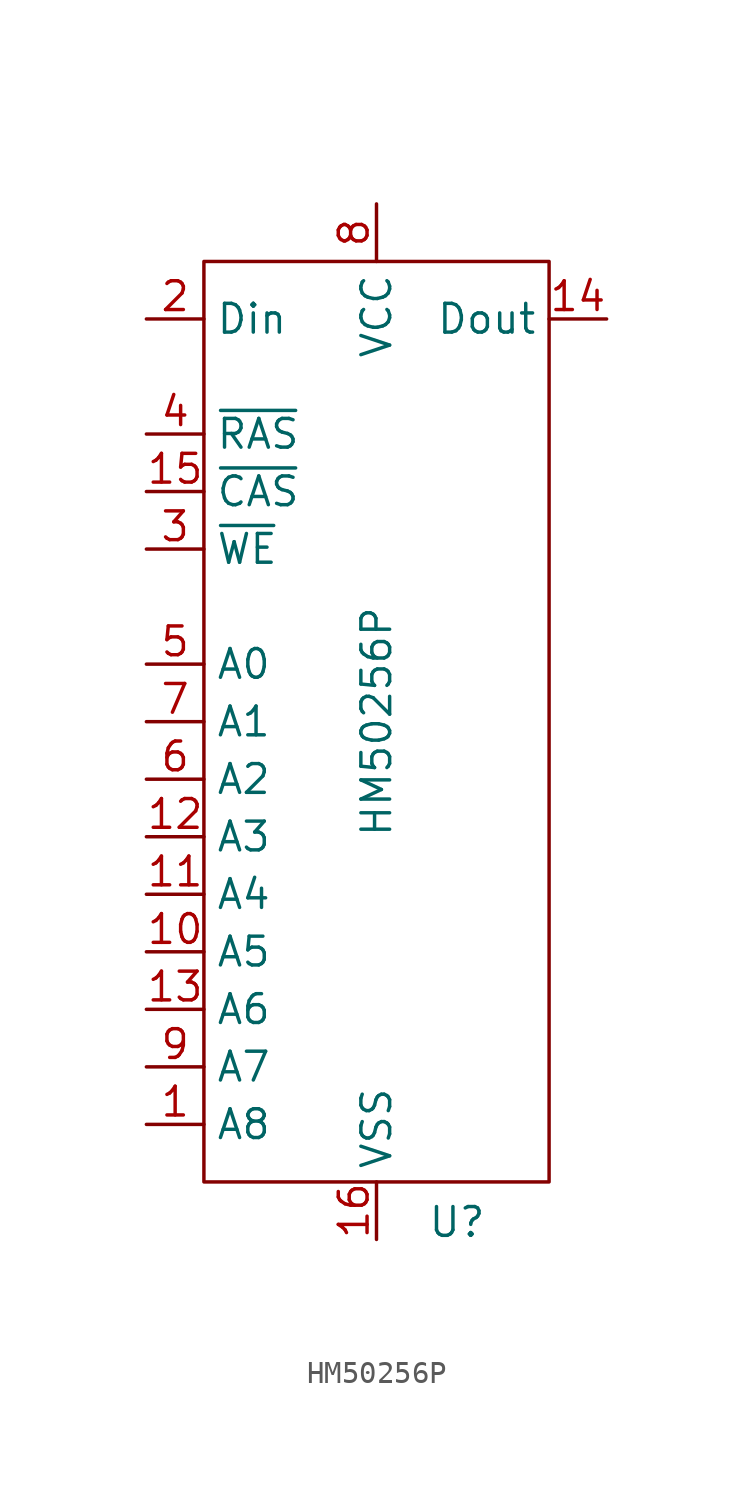
<source format=kicad_sym>
(kicad_symbol_lib
  (version 20241209)
  (generator "kicad_symbol_editor")
  (generator_version "9.0")
  (symbol "HM50256P"
    (property "Reference" "U"
      (at 3.556 -22.098 0)
      (effects (font (size 1.27 1.27))))
    (property "Value" "HM50256P"
      (at 0 0 90)
      (effects (font (size 1.27 1.27))))
    (symbol "HM50256P_0_1"
      (rectangle (start -7.62 20.32) (end 7.62 -20.32) (stroke (width 0) (type default)) (fill (type none))))
    (symbol "HM50256P_1_1"
      (pin input line (at -10.16 17.78 0) (length 2.54) (name "Din" (effects (font (size 1.27 1.27)))) (number "2" (effects (font (size 1.27 1.27)))))
      (pin input line (at -10.16 12.7 0) (length 2.54) (name "~{RAS}" (effects (font (size 1.27 1.27)))) (number "4" (effects (font (size 1.27 1.27)))))
      (pin input line (at -10.16 10.16 0) (length 2.54) (name "~{CAS}" (effects (font (size 1.27 1.27)))) (number "15" (effects (font (size 1.27 1.27)))))
      (pin input line (at -10.16 7.62 0) (length 2.54) (name "~{WE}" (effects (font (size 1.27 1.27)))) (number "3" (effects (font (size 1.27 1.27)))))
      (pin input line (at -10.16 2.54 0) (length 2.54) (name "A0" (effects (font (size 1.27 1.27)))) (number "5" (effects (font (size 1.27 1.27)))))
      (pin input line (at -10.16 0 0) (length 2.54) (name "A1" (effects (font (size 1.27 1.27)))) (number "7" (effects (font (size 1.27 1.27)))))
      (pin input line (at -10.16 -2.54 0) (length 2.54) (name "A2" (effects (font (size 1.27 1.27)))) (number "6" (effects (font (size 1.27 1.27)))))
      (pin input line (at -10.16 -5.08 0) (length 2.54) (name "A3" (effects (font (size 1.27 1.27)))) (number "12" (effects (font (size 1.27 1.27)))))
      (pin input line (at -10.16 -7.62 0) (length 2.54) (name "A4" (effects (font (size 1.27 1.27)))) (number "11" (effects (font (size 1.27 1.27)))))
      (pin input line (at -10.16 -10.16 0) (length 2.54) (name "A5" (effects (font (size 1.27 1.27)))) (number "10" (effects (font (size 1.27 1.27)))))
      (pin input line (at -10.16 -12.7 0) (length 2.54) (name "A6" (effects (font (size 1.27 1.27)))) (number "13" (effects (font (size 1.27 1.27)))))
      (pin input line (at -10.16 -15.24 0) (length 2.54) (name "A7" (effects (font (size 1.27 1.27)))) (number "9" (effects (font (size 1.27 1.27)))))
      (pin input line (at -10.16 -17.78 0) (length 2.54) (name "A8" (effects (font (size 1.27 1.27)))) (number "1" (effects (font (size 1.27 1.27)))))
      (pin power_in line (at 0 22.86 270) (length 2.54) (name "VCC" (effects (font (size 1.27 1.27)))) (number "8" (effects (font (size 1.27 1.27)))))
      (pin power_in line (at 0 -22.86 90) (length 2.54) (name "VSS" (effects (font (size 1.27 1.27)))) (number "16" (effects (font (size 1.27 1.27)))))
      (pin output line (at 10.16 17.78 180) (length 2.54) (name "Dout" (effects (font (size 1.27 1.27)))) (number "14" (effects (font (size 1.27 1.27))))))))
</source>
